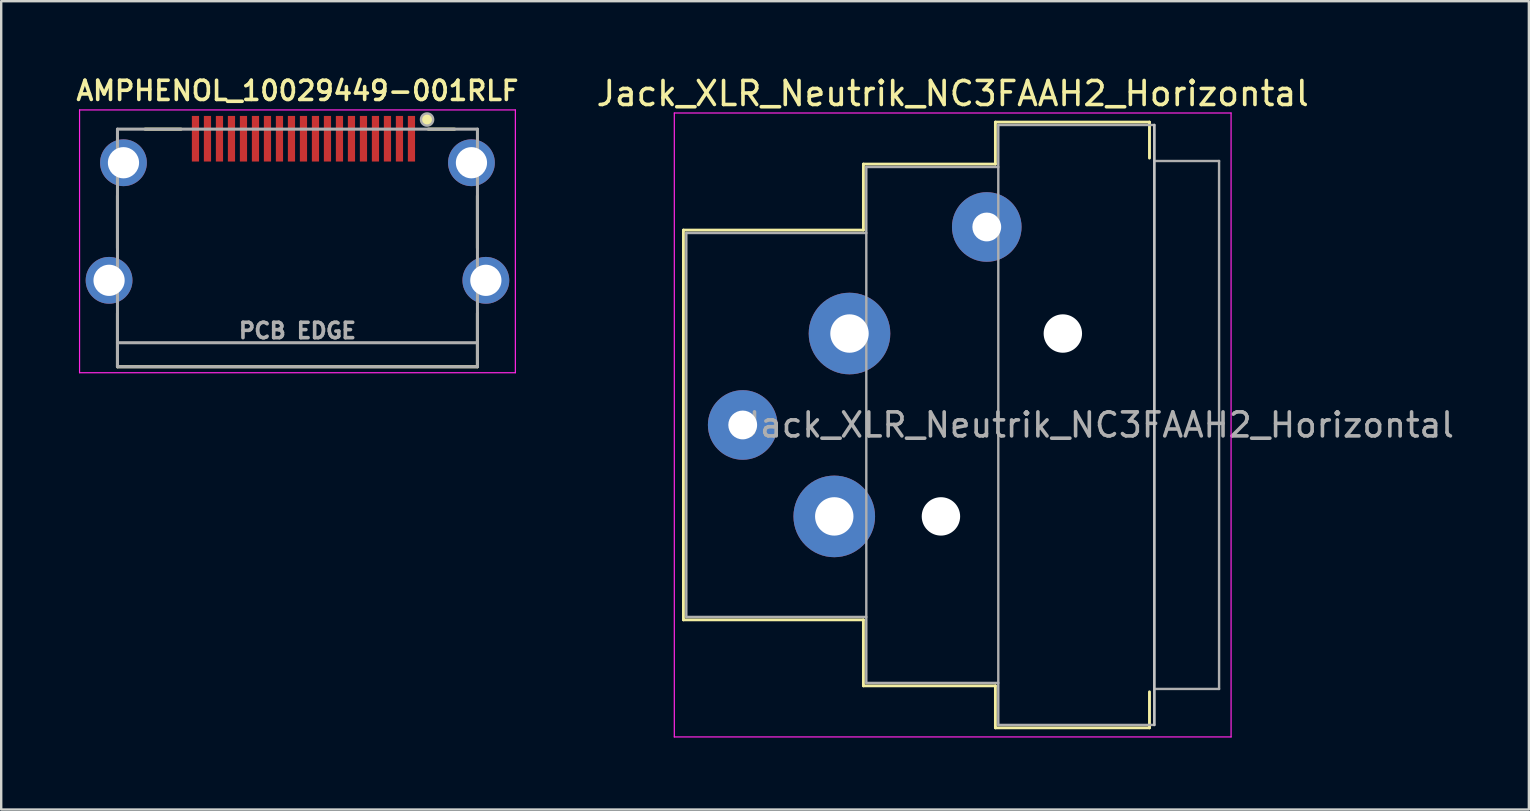
<source format=kicad_pcb>
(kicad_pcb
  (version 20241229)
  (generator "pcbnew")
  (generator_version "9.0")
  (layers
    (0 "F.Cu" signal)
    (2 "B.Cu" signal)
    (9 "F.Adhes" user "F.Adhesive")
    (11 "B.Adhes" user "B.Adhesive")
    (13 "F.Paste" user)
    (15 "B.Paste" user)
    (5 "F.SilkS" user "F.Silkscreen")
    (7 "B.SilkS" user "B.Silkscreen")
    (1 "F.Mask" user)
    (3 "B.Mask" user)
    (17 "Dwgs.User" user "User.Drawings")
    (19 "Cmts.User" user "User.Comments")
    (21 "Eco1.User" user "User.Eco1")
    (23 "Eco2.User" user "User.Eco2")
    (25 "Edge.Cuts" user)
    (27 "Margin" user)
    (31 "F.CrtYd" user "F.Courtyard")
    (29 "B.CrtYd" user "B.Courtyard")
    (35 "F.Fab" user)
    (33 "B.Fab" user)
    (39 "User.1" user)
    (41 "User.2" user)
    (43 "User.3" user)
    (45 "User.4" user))
  (footprint "Jack_XLR_Neutrik_NC3FAAH2_Horizontal"
    (layer "F.Cu")
    (at 32.348 14.658)
    (property "Reference" "Jack_XLR_Neutrik_NC3FAAH2_Horizontal" (at 4.3 -13.81 0) (layer "F.SilkS") (effects (font (size 1 1) (thickness 0.15))))
    (attr through_hole)
    (fp_line (start -6.92 -8.12) (end -6.92 8.12) (stroke (width 0.12) (type solid)) (layer "F.SilkS"))
    (fp_line (start 0.58 -10.87) (end 0.58 -8.12) (stroke (width 0.12) (type solid)) (layer "F.SilkS"))
    (fp_line (start 0.58 -8.12) (end -6.92 -8.12) (stroke (width 0.12) (type solid)) (layer "F.SilkS"))
    (fp_line (start 0.58 8.12) (end -6.92 8.12) (stroke (width 0.12) (type solid)) (layer "F.SilkS"))
    (fp_line (start 0.58 8.12) (end 0.58 10.87) (stroke (width 0.12) (type solid)) (layer "F.SilkS"))
    (fp_line (start 6.08 -10.87) (end 0.58 -10.87) (stroke (width 0.12) (type solid)) (layer "F.SilkS"))
    (fp_line (start 6.08 -10.87) (end 6.08 -12.62) (stroke (width 0.12) (type solid)) (layer "F.SilkS"))
    (fp_line (start 6.08 10.87) (end 0.58 10.87) (stroke (width 0.12) (type solid)) (layer "F.SilkS"))
    (fp_line (start 6.08 12.62) (end 6.08 10.87) (stroke (width 0.12) (type solid)) (layer "F.SilkS"))
    (fp_line (start 12.5 -12.62) (end 6.08 -12.62) (stroke (width 0.12) (type solid)) (layer "F.SilkS"))
    (fp_line (start 12.5 -12.62) (end 12.5 -11.12) (stroke (width 0.12) (type solid)) (layer "F.SilkS"))
    (fp_line (start 12.5 11.12) (end 12.5 12.62) (stroke (width 0.12) (type solid)) (layer "F.SilkS"))
    (fp_line (start 12.5 12.62) (end 6.08 12.62) (stroke (width 0.12) (type solid)) (layer "F.SilkS"))
    (fp_line (start 12.7 -12.5) (end 12.7 12.5) (stroke (width 0.1) (type solid)) (layer "Dwgs.User"))
    (fp_line (start -7.3 -13) (end -7.3 13) (stroke (width 0.05) (type solid)) (layer "F.CrtYd"))
    (fp_line (start 15.9 -13) (end -7.3 -13) (stroke (width 0.05) (type solid)) (layer "F.CrtYd"))
    (fp_line (start 15.9 -13) (end 15.9 13) (stroke (width 0.05) (type solid)) (layer "F.CrtYd"))
    (fp_line (start 15.9 13) (end -7.3 13) (stroke (width 0.05) (type solid)) (layer "F.CrtYd"))
    (fp_line (start -6.8 -8) (end -6.8 8) (stroke (width 0.1) (type solid)) (layer "F.Fab"))
    (fp_line (start -6.8 8) (end 0.7 8) (stroke (width 0.1) (type solid)) (layer "F.Fab"))
    (fp_line (start 0.7 -10.75) (end 0.7 10.75) (stroke (width 0.1) (type solid)) (layer "F.Fab"))
    (fp_line (start 0.7 -8) (end -6.8 -8) (stroke (width 0.1) (type solid)) (layer "F.Fab"))
    (fp_line (start 0.7 10.75) (end 6.2 10.75) (stroke (width 0.1) (type solid)) (layer "F.Fab"))
    (fp_line (start 6.2 -12.5) (end 12.7 -12.5) (stroke (width 0.1) (type solid)) (layer "F.Fab"))
    (fp_line (start 6.2 -10.75) (end 0.7 -10.75) (stroke (width 0.1) (type solid)) (layer "F.Fab"))
    (fp_line (start 6.2 12.5) (end 6.2 -12.5) (stroke (width 0.1) (type solid)) (layer "F.Fab"))
    (fp_line (start 12.7 -12.5) (end 12.7 12.5) (stroke (width 0.1) (type solid)) (layer "F.Fab"))
    (fp_line (start 12.7 -11) (end 15.4 -11) (stroke (width 0.1) (type solid)) (layer "F.Fab"))
    (fp_line (start 12.7 12.5) (end 6.2 12.5) (stroke (width 0.1) (type solid)) (layer "F.Fab"))
    (fp_line (start 15.4 -11) (end 15.4 11) (stroke (width 0.1) (type solid)) (layer "F.Fab"))
    (fp_line (start 15.4 11) (end 12.7 11) (stroke (width 0.1) (type solid)) (layer "F.Fab"))
    (fp_text user "${REFERENCE}" (at 10.35 0 0) (layer "F.Fab") (effects (font (size 1 1) (thickness 0.15))))
    (pad "" np_thru_hole circle (at 3.81 3.81) (size 1.6 1.6) (drill 1.6) (layers "*.Cu" "*.Mask"))
    (pad "" np_thru_hole circle (at 8.89 -3.81) (size 1.6 1.6) (drill 1.6) (layers "*.Cu" "*.Mask"))
    (pad "1" thru_hole circle (at 0 -3.81) (size 3.4 3.4) (drill 1.6) (layers "*.Cu" "*.Mask"))
    (pad "2" thru_hole circle (at -0.635 3.81) (size 3.4 3.4) (drill 1.6) (layers "*.Cu" "*.Mask"))
    (pad "3" thru_hole circle (at -4.45 0) (size 2.9 2.9) (drill 1.2) (layers "*.Cu" "*.Mask"))
    (pad "G" thru_hole circle (at 5.72 -8.25) (size 2.9 2.9) (drill 1.2) (layers "*.Cu" "*.Mask")))
  (footprint "AMPHENOL_10029449-001RLF"
    (layer "F.Cu")
    (at 9.345 3.731)
    (property "Reference" "AMPHENOL_10029449-001RLF" (at 0 -3 0) (layer "F.SilkS") (effects (font (size 0.8 0.8) (thickness 0.15))))
    (attr smd)
    (fp_line (start -7.5 3.56) (end -7.5 1.37) (stroke (width 0.127) (type solid)) (layer "F.SilkS"))
    (fp_line (start -7.5 8.5) (end -7.5 6.27) (stroke (width 0.127) (type solid)) (layer "F.SilkS"))
    (fp_line (start -6.35 -1.4) (end -4.85 -1.4) (stroke (width 0.127) (type solid)) (layer "F.SilkS"))
    (fp_line (start 5.45 -1.4) (end 6.55 -1.4) (stroke (width 0.127) (type solid)) (layer "F.SilkS"))
    (fp_line (start 7.5 1.37) (end 7.5 3.56) (stroke (width 0.127) (type solid)) (layer "F.SilkS"))
    (fp_line (start 7.5 6.27) (end 7.5 8.5) (stroke (width 0.127) (type solid)) (layer "F.SilkS"))
    (fp_line (start 7.5 8.5) (end -7.5 8.5) (stroke (width 0.127) (type solid)) (layer "F.SilkS"))
    (fp_circle (center 5.4 -1.8) (end 5.654 -1.8) (stroke (width 0) (type solid)) (fill yes) (layer "F.SilkS"))
    (fp_line (start -9.08 -2.2) (end 9.08 -2.2) (stroke (width 0.05) (type solid)) (layer "F.CrtYd"))
    (fp_line (start -9.08 8.75) (end -9.08 -2.2) (stroke (width 0.05) (type solid)) (layer "F.CrtYd"))
    (fp_line (start 9.08 -2.2) (end 9.08 8.75) (stroke (width 0.05) (type solid)) (layer "F.CrtYd"))
    (fp_line (start 9.08 8.75) (end -9.08 8.75) (stroke (width 0.05) (type solid)) (layer "F.CrtYd"))
    (fp_line (start -7.5 -1.4) (end 7.5 -1.4) (stroke (width 0.127) (type solid)) (layer "F.Fab"))
    (fp_line (start -7.5 7.5) (end -7.5 -1.4) (stroke (width 0.127) (type solid)) (layer "F.Fab"))
    (fp_line (start -7.5 8.5) (end -7.5 7.5) (stroke (width 0.127) (type solid)) (layer "F.Fab"))
    (fp_line (start 7.5 -1.4) (end 7.5 7.5) (stroke (width 0.127) (type solid)) (layer "F.Fab"))
    (fp_line (start 7.5 7.5) (end -7.5 7.5) (stroke (width 0.127) (type solid)) (layer "F.Fab"))
    (fp_line (start 7.5 7.5) (end 7.5 8.5) (stroke (width 0.127) (type solid)) (layer "F.Fab"))
    (fp_line (start 7.5 8.5) (end -7.5 8.5) (stroke (width 0.127) (type solid)) (layer "F.Fab"))
    (fp_circle (center 5.4 -1.8) (end 5.654 -1.8) (stroke (width 0.1) (type solid)) (fill no) (layer "F.Fab"))
    (fp_text user "PCB EDGE" (at 0 7 0) (layer "F.Fab") (effects (font (size 0.64 0.64) (thickness 0.15))))
    (pad "1" smd rect (at 4.75 -1 90) (size 1.9 0.3) (layers "F.Cu" "F.Mask" "F.Paste"))
    (pad "2" smd rect (at 4.25 -1 90) (size 1.9 0.3) (layers "F.Cu" "F.Mask" "F.Paste"))
    (pad "3" smd rect (at 3.75 -1 90) (size 1.9 0.3) (layers "F.Cu" "F.Mask" "F.Paste"))
    (pad "4" smd rect (at 3.25 -1 90) (size 1.9 0.3) (layers "F.Cu" "F.Mask" "F.Paste"))
    (pad "5" smd rect (at 2.75 -1 90) (size 1.9 0.3) (layers "F.Cu" "F.Mask" "F.Paste"))
    (pad "6" smd rect (at 2.25 -1 90) (size 1.9 0.3) (layers "F.Cu" "F.Mask" "F.Paste"))
    (pad "7" smd rect (at 1.75 -1 90) (size 1.9 0.3) (layers "F.Cu" "F.Mask" "F.Paste"))
    (pad "8" smd rect (at 1.25 -1 90) (size 1.9 0.3) (layers "F.Cu" "F.Mask" "F.Paste"))
    (pad "9" smd rect (at 0.75 -1 90) (size 1.9 0.3) (layers "F.Cu" "F.Mask" "F.Paste"))
    (pad "10" smd rect (at 0.25 -1 90) (size 1.9 0.3) (layers "F.Cu" "F.Mask" "F.Paste"))
    (pad "11" smd rect (at -0.25 -1 90) (size 1.9 0.3) (layers "F.Cu" "F.Mask" "F.Paste"))
    (pad "12" smd rect (at -0.75 -1 90) (size 1.9 0.3) (layers "F.Cu" "F.Mask" "F.Paste"))
    (pad "13" smd rect (at -1.25 -1 90) (size 1.9 0.3) (layers "F.Cu" "F.Mask" "F.Paste"))
    (pad "14" smd rect (at -1.75 -1 90) (size 1.9 0.3) (layers "F.Cu" "F.Mask" "F.Paste"))
    (pad "15" smd rect (at -2.25 -1 90) (size 1.9 0.3) (layers "F.Cu" "F.Mask" "F.Paste"))
    (pad "16" smd rect (at -2.75 -1 90) (size 1.9 0.3) (layers "F.Cu" "F.Mask" "F.Paste"))
    (pad "17" smd rect (at -3.25 -1 90) (size 1.9 0.3) (layers "F.Cu" "F.Mask" "F.Paste"))
    (pad "18" smd rect (at -3.75 -1 90) (size 1.9 0.3) (layers "F.Cu" "F.Mask" "F.Paste"))
    (pad "19" smd rect (at -4.25 -1 90) (size 1.9 0.3) (layers "F.Cu" "F.Mask" "F.Paste"))
    (pad "SH" thru_hole circle (at -7.85 4.9) (size 1.95 1.95) (drill 1.3) (layers "*.Cu" "*.Mask"))
    (pad "SH" thru_hole circle (at -7.25 0) (size 1.95 1.95) (drill 1.3) (layers "*.Cu" "*.Mask"))
    (pad "SH" thru_hole circle (at 7.25 0) (size 1.95 1.95) (drill 1.3) (layers "*.Cu" "*.Mask"))
    (pad "SH" thru_hole circle (at 7.85 4.9) (size 1.95 1.95) (drill 1.3) (layers "*.Cu" "*.Mask")))
  (gr_rect
    (start -3 -3)
    (end 60.657 30.683)
    (stroke (width 0.1) (type default))
    (fill no)
    (layer "Edge.Cuts")))
</source>
